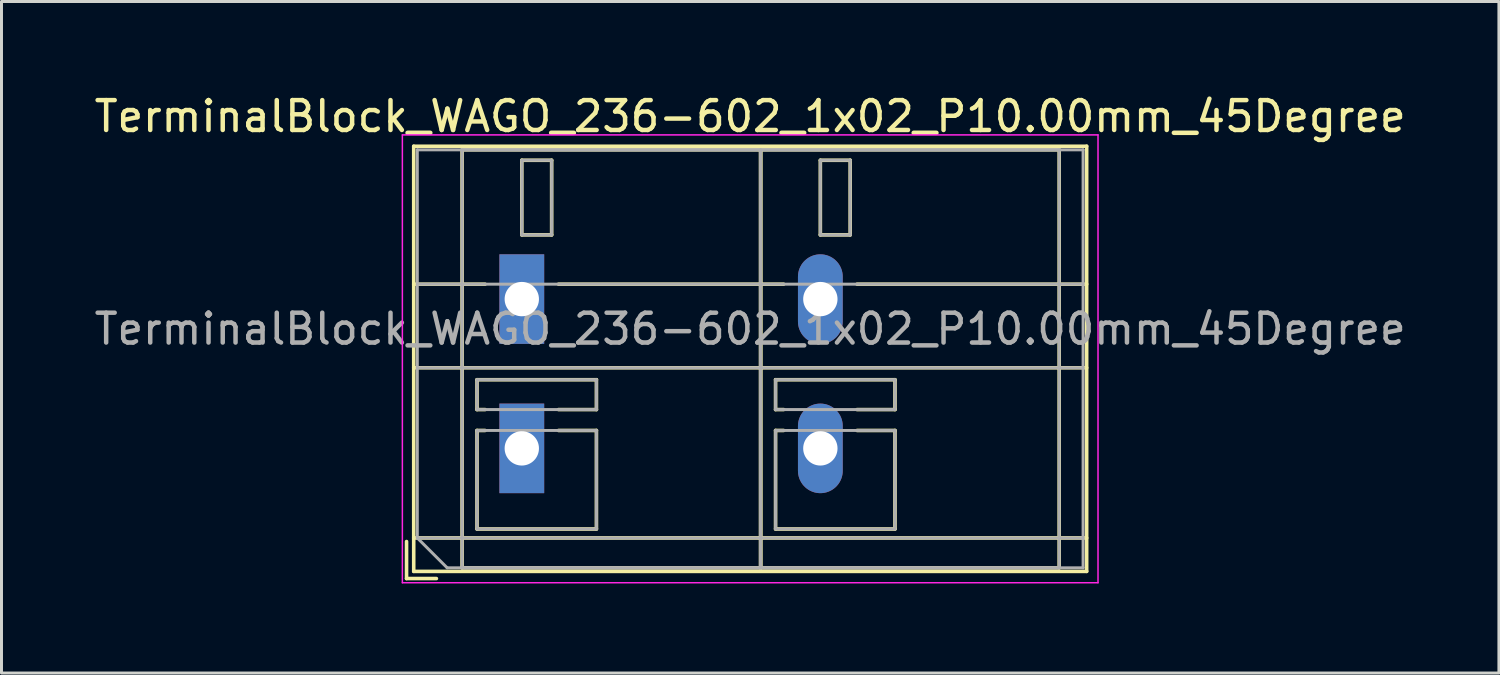
<source format=kicad_pcb>
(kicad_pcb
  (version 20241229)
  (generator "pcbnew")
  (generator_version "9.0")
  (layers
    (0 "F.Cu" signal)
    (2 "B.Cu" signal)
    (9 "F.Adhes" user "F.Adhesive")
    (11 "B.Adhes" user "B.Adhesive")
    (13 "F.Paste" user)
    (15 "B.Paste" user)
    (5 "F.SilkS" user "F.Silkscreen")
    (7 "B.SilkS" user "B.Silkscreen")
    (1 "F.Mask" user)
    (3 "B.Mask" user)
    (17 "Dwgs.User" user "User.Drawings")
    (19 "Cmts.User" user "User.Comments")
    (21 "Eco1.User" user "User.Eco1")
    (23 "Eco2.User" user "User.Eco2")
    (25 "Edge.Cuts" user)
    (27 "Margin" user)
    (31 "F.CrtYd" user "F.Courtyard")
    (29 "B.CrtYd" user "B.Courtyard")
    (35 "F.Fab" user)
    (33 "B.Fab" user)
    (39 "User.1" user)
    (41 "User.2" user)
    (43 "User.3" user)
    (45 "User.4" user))
  (footprint "TerminalBlock_WAGO_236-602_1x02_P10.00mm_45Degree"
    (layer "F.Cu")
    (at 14.427 6.968)
    (property "Reference" "TerminalBlock_WAGO_236-602_1x02_P10.00mm_45Degree" (at 7.65 -6.12 0) (layer "F.SilkS") (effects (font (size 1 1) (thickness 0.15))))
    (attr through_hole)
    (fp_line (start -3.86 8.12) (end -3.86 9.36) (stroke (width 0.12) (type solid)) (layer "F.SilkS"))
    (fp_line (start -3.86 9.36) (end -2.86 9.36) (stroke (width 0.12) (type solid)) (layer "F.SilkS"))
    (fp_line (start -3.62 -5.12) (end -3.62 9.12) (stroke (width 0.12) (type solid)) (layer "F.SilkS"))
    (fp_line (start -3.62 -5.12) (end 18.92 -5.12) (stroke (width 0.12) (type solid)) (layer "F.SilkS"))
    (fp_line (start -3.62 -0.5) (end -1.23 -0.5) (stroke (width 0.12) (type solid)) (layer "F.SilkS"))
    (fp_line (start -3.62 2.3) (end 18.92 2.3) (stroke (width 0.12) (type solid)) (layer "F.SilkS"))
    (fp_line (start -3.62 8) (end 18.92 8) (stroke (width 0.12) (type solid)) (layer "F.SilkS"))
    (fp_line (start -3.62 9.12) (end 18.92 9.12) (stroke (width 0.12) (type solid)) (layer "F.SilkS"))
    (fp_line (start -2 -5) (end -2 9) (stroke (width 0.12) (type solid)) (layer "F.SilkS"))
    (fp_line (start -2 -5) (end 8 -5) (stroke (width 0.12) (type solid)) (layer "F.SilkS"))
    (fp_line (start -2 9) (end 8 9) (stroke (width 0.12) (type solid)) (layer "F.SilkS"))
    (fp_line (start -1.5 2.7) (end -1.5 3.7) (stroke (width 0.12) (type solid)) (layer "F.SilkS"))
    (fp_line (start -1.5 2.7) (end 2.5 2.7) (stroke (width 0.12) (type solid)) (layer "F.SilkS"))
    (fp_line (start -1.5 3.7) (end -1.23 3.7) (stroke (width 0.12) (type solid)) (layer "F.SilkS"))
    (fp_line (start -1.5 4.4) (end -1.5 7.7) (stroke (width 0.12) (type solid)) (layer "F.SilkS"))
    (fp_line (start -1.5 4.4) (end -1.23 4.4) (stroke (width 0.12) (type solid)) (layer "F.SilkS"))
    (fp_line (start -1.5 7.7) (end 2.5 7.7) (stroke (width 0.12) (type solid)) (layer "F.SilkS"))
    (fp_line (start 0 -4.65) (end 0 -2.151) (stroke (width 0.12) (type solid)) (layer "F.SilkS"))
    (fp_line (start 0 -4.65) (end 1 -4.65) (stroke (width 0.12) (type solid)) (layer "F.SilkS"))
    (fp_line (start 0 -2.151) (end 1 -2.151) (stroke (width 0.12) (type solid)) (layer "F.SilkS"))
    (fp_line (start 1 -4.65) (end 1 -2.151) (stroke (width 0.12) (type solid)) (layer "F.SilkS"))
    (fp_line (start 1.23 -0.5) (end 8.77 -0.5) (stroke (width 0.12) (type solid)) (layer "F.SilkS"))
    (fp_line (start 1.23 3.7) (end 2.5 3.7) (stroke (width 0.12) (type solid)) (layer "F.SilkS"))
    (fp_line (start 1.23 4.4) (end 2.5 4.4) (stroke (width 0.12) (type solid)) (layer "F.SilkS"))
    (fp_line (start 2.5 2.7) (end 2.5 3.7) (stroke (width 0.12) (type solid)) (layer "F.SilkS"))
    (fp_line (start 2.5 4.4) (end 2.5 7.7) (stroke (width 0.12) (type solid)) (layer "F.SilkS"))
    (fp_line (start 8 -5) (end 8 9) (stroke (width 0.12) (type solid)) (layer "F.SilkS"))
    (fp_line (start 8 -5) (end 8 9) (stroke (width 0.12) (type solid)) (layer "F.SilkS"))
    (fp_line (start 8 -5) (end 18 -5) (stroke (width 0.12) (type solid)) (layer "F.SilkS"))
    (fp_line (start 8 9) (end 18 9) (stroke (width 0.12) (type solid)) (layer "F.SilkS"))
    (fp_line (start 8.5 2.7) (end 8.5 3.7) (stroke (width 0.12) (type solid)) (layer "F.SilkS"))
    (fp_line (start 8.5 2.7) (end 12.5 2.7) (stroke (width 0.12) (type solid)) (layer "F.SilkS"))
    (fp_line (start 8.5 3.7) (end 8.77 3.7) (stroke (width 0.12) (type solid)) (layer "F.SilkS"))
    (fp_line (start 8.5 4.4) (end 8.5 7.7) (stroke (width 0.12) (type solid)) (layer "F.SilkS"))
    (fp_line (start 8.5 4.4) (end 8.77 4.4) (stroke (width 0.12) (type solid)) (layer "F.SilkS"))
    (fp_line (start 8.5 7.7) (end 12.5 7.7) (stroke (width 0.12) (type solid)) (layer "F.SilkS"))
    (fp_line (start 10 -4.65) (end 10 -2.151) (stroke (width 0.12) (type solid)) (layer "F.SilkS"))
    (fp_line (start 10 -4.65) (end 11 -4.65) (stroke (width 0.12) (type solid)) (layer "F.SilkS"))
    (fp_line (start 10 -2.151) (end 11 -2.151) (stroke (width 0.12) (type solid)) (layer "F.SilkS"))
    (fp_line (start 11 -4.65) (end 11 -2.151) (stroke (width 0.12) (type solid)) (layer "F.SilkS"))
    (fp_line (start 11.23 -0.5) (end 18.92 -0.5) (stroke (width 0.12) (type solid)) (layer "F.SilkS"))
    (fp_line (start 11.23 3.7) (end 12.5 3.7) (stroke (width 0.12) (type solid)) (layer "F.SilkS"))
    (fp_line (start 11.23 4.4) (end 12.5 4.4) (stroke (width 0.12) (type solid)) (layer "F.SilkS"))
    (fp_line (start 12.5 2.7) (end 12.5 3.7) (stroke (width 0.12) (type solid)) (layer "F.SilkS"))
    (fp_line (start 12.5 4.4) (end 12.5 7.7) (stroke (width 0.12) (type solid)) (layer "F.SilkS"))
    (fp_line (start 18 -5) (end 18 9) (stroke (width 0.12) (type solid)) (layer "F.SilkS"))
    (fp_line (start 18.92 -5.12) (end 18.92 9.12) (stroke (width 0.12) (type solid)) (layer "F.SilkS"))
    (fp_line (start -4 -5.5) (end -4 9.5) (stroke (width 0.05) (type solid)) (layer "F.CrtYd"))
    (fp_line (start -4 9.5) (end 19.3 9.5) (stroke (width 0.05) (type solid)) (layer "F.CrtYd"))
    (fp_line (start 19.3 -5.5) (end -4 -5.5) (stroke (width 0.05) (type solid)) (layer "F.CrtYd"))
    (fp_line (start 19.3 9.5) (end 19.3 -5.5) (stroke (width 0.05) (type solid)) (layer "F.CrtYd"))
    (fp_line (start -3.5 -5) (end 18.8 -5) (stroke (width 0.1) (type solid)) (layer "F.Fab"))
    (fp_line (start -3.5 -0.5) (end 18.8 -0.5) (stroke (width 0.1) (type solid)) (layer "F.Fab"))
    (fp_line (start -3.5 2.3) (end 18.8 2.3) (stroke (width 0.1) (type solid)) (layer "F.Fab"))
    (fp_line (start -3.5 8) (end -3.5 -5) (stroke (width 0.1) (type solid)) (layer "F.Fab"))
    (fp_line (start -3.5 8) (end 18.8 8) (stroke (width 0.1) (type solid)) (layer "F.Fab"))
    (fp_line (start -2.5 9) (end -3.5 8) (stroke (width 0.1) (type solid)) (layer "F.Fab"))
    (fp_line (start -2 -5) (end -2 9) (stroke (width 0.1) (type solid)) (layer "F.Fab"))
    (fp_line (start -2 9) (end 8 9) (stroke (width 0.1) (type solid)) (layer "F.Fab"))
    (fp_line (start -1.5 2.7) (end -1.5 3.7) (stroke (width 0.1) (type solid)) (layer "F.Fab"))
    (fp_line (start -1.5 3.7) (end 2.5 3.7) (stroke (width 0.1) (type solid)) (layer "F.Fab"))
    (fp_line (start -1.5 4.4) (end -1.5 7.7) (stroke (width 0.1) (type solid)) (layer "F.Fab"))
    (fp_line (start -1.5 7.7) (end 2.5 7.7) (stroke (width 0.1) (type solid)) (layer "F.Fab"))
    (fp_line (start 0 -4.65) (end 0 -2.15) (stroke (width 0.1) (type solid)) (layer "F.Fab"))
    (fp_line (start 0 -2.15) (end 1 -2.15) (stroke (width 0.1) (type solid)) (layer "F.Fab"))
    (fp_line (start 1 -4.65) (end 0 -4.65) (stroke (width 0.1) (type solid)) (layer "F.Fab"))
    (fp_line (start 1 -2.15) (end 1 -4.65) (stroke (width 0.1) (type solid)) (layer "F.Fab"))
    (fp_line (start 2.5 2.7) (end -1.5 2.7) (stroke (width 0.1) (type solid)) (layer "F.Fab"))
    (fp_line (start 2.5 3.7) (end 2.5 2.7) (stroke (width 0.1) (type solid)) (layer "F.Fab"))
    (fp_line (start 2.5 4.4) (end -1.5 4.4) (stroke (width 0.1) (type solid)) (layer "F.Fab"))
    (fp_line (start 2.5 7.7) (end 2.5 4.4) (stroke (width 0.1) (type solid)) (layer "F.Fab"))
    (fp_line (start 8 -5) (end -2 -5) (stroke (width 0.1) (type solid)) (layer "F.Fab"))
    (fp_line (start 8 -5) (end 8 9) (stroke (width 0.1) (type solid)) (layer "F.Fab"))
    (fp_line (start 8 9) (end 8 -5) (stroke (width 0.1) (type solid)) (layer "F.Fab"))
    (fp_line (start 8 9) (end 18 9) (stroke (width 0.1) (type solid)) (layer "F.Fab"))
    (fp_line (start 8.5 2.7) (end 8.5 3.7) (stroke (width 0.1) (type solid)) (layer "F.Fab"))
    (fp_line (start 8.5 3.7) (end 12.5 3.7) (stroke (width 0.1) (type solid)) (layer "F.Fab"))
    (fp_line (start 8.5 4.4) (end 8.5 7.7) (stroke (width 0.1) (type solid)) (layer "F.Fab"))
    (fp_line (start 8.5 7.7) (end 12.5 7.7) (stroke (width 0.1) (type solid)) (layer "F.Fab"))
    (fp_line (start 10 -4.65) (end 10 -2.15) (stroke (width 0.1) (type solid)) (layer "F.Fab"))
    (fp_line (start 10 -2.15) (end 11 -2.15) (stroke (width 0.1) (type solid)) (layer "F.Fab"))
    (fp_line (start 11 -4.65) (end 10 -4.65) (stroke (width 0.1) (type solid)) (layer "F.Fab"))
    (fp_line (start 11 -2.15) (end 11 -4.65) (stroke (width 0.1) (type solid)) (layer "F.Fab"))
    (fp_line (start 12.5 2.7) (end 8.5 2.7) (stroke (width 0.1) (type solid)) (layer "F.Fab"))
    (fp_line (start 12.5 3.7) (end 12.5 2.7) (stroke (width 0.1) (type solid)) (layer "F.Fab"))
    (fp_line (start 12.5 4.4) (end 8.5 4.4) (stroke (width 0.1) (type solid)) (layer "F.Fab"))
    (fp_line (start 12.5 7.7) (end 12.5 4.4) (stroke (width 0.1) (type solid)) (layer "F.Fab"))
    (fp_line (start 18 -5) (end 8 -5) (stroke (width 0.1) (type solid)) (layer "F.Fab"))
    (fp_line (start 18 9) (end 18 -5) (stroke (width 0.1) (type solid)) (layer "F.Fab"))
    (fp_line (start 18.8 -5) (end 18.8 9) (stroke (width 0.1) (type solid)) (layer "F.Fab"))
    (fp_line (start 18.8 9) (end -2.5 9) (stroke (width 0.1) (type solid)) (layer "F.Fab"))
    (fp_text user "${REFERENCE}" (at 7.65 1 0) (layer "F.Fab") (effects (font (size 1 1) (thickness 0.15))))
    (pad "1" thru_hole rect (at 0 0) (size 1.5 3) (drill 1.15) (layers "*.Cu" "*.Mask"))
    (pad "1" thru_hole rect (at 0 5) (size 1.5 3) (drill 1.15) (layers "*.Cu" "*.Mask"))
    (pad "2" thru_hole oval (at 10 0) (size 1.5 3) (drill 1.15) (layers "*.Cu" "*.Mask"))
    (pad "2" thru_hole oval (at 10 5) (size 1.5 3) (drill 1.15) (layers "*.Cu" "*.Mask")))
  (gr_rect
    (start -3 -3)
    (end 47.155 19.493)
    (stroke (width 0.1) (type default))
    (fill no)
    (layer "Edge.Cuts")))
</source>
